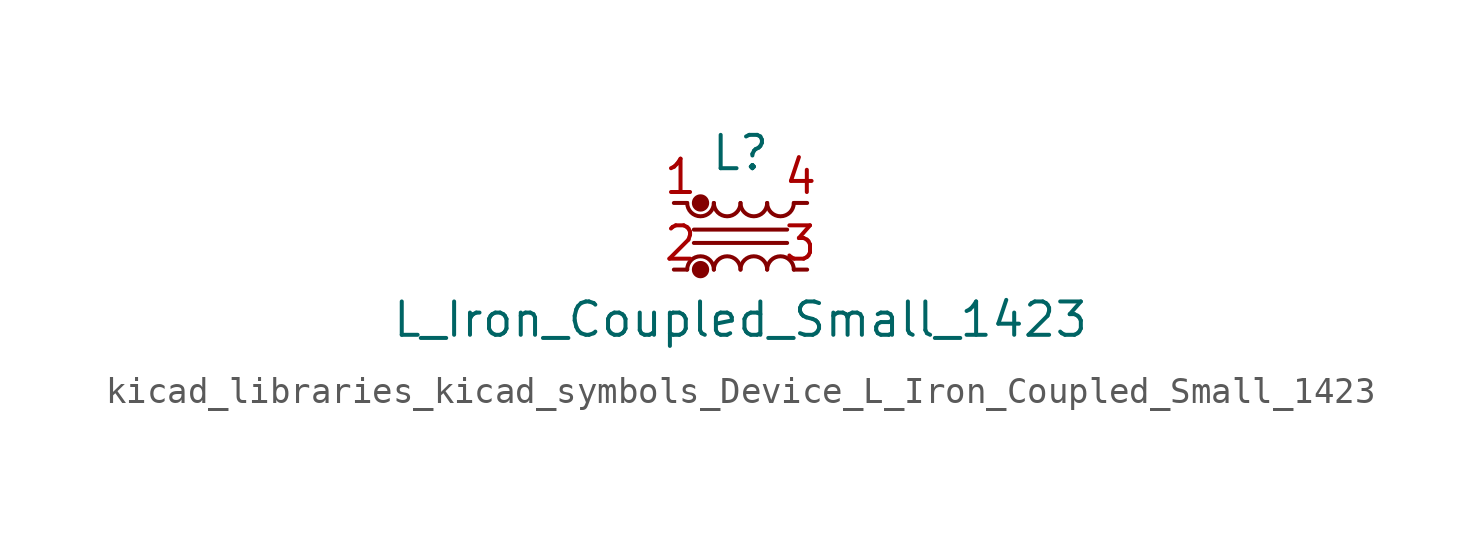
<source format=kicad_sym>
(kicad_symbol_lib
  (version 20220914)
  (generator kicad_symbol_editor)
  (symbol "kicad_libraries_kicad_symbols_Device_L_Iron_Coupled_Small_1423"
    (pin_names
      (offset 0.254) hide)
    (property "Reference" "L"
      (at 0 3.175 0)
      (effects (font (size 1.27 1.27))))
    (property "Value" "L_Iron_Coupled_Small_1423"
      (at 0 -3.175 0)
      (effects (font (size 1.27 1.27))))
    (symbol "kicad_libraries_kicad_symbols_Device_L_Iron_Coupled_Small_1423_0_1"
      (arc (start -2.032 1.27) (mid -1.524 0.7642) (end -1.016 1.27) (stroke (width 0) (type default)) (fill (type none)))
      (circle (center -1.524 -1.27) (radius 0.254) (stroke (width 0) (type default)) (fill (type outline)))
      (circle (center -1.524 1.27) (radius 0.254) (stroke (width 0) (type default)) (fill (type outline)))
      (arc (start -1.016 -1.27) (mid -1.524 -0.7642) (end -2.032 -1.27) (stroke (width 0) (type default)) (fill (type none)))
      (arc (start -1.016 1.27) (mid -0.508 0.7642) (end 0 1.27) (stroke (width 0) (type default)) (fill (type none)))
      (arc (start 0 -1.27) (mid -0.508 -0.7642) (end -1.016 -1.27) (stroke (width 0) (type default)) (fill (type none)))
      (polyline (pts (xy 1.778 -0.254) (xy -1.778 -0.254)) (stroke (width 0) (type default)) (fill (type none)))
      (polyline (pts (xy 1.778 0.254) (xy -1.778 0.254)) (stroke (width 0) (type default)) (fill (type none)))
      (arc (start 0 1.27) (mid 0.508 0.7642) (end 1.016 1.27) (stroke (width 0) (type default)) (fill (type none)))
      (arc (start 1.016 -1.27) (mid 0.508 -0.7642) (end 0 -1.27) (stroke (width 0) (type default)) (fill (type none)))
      (arc (start 1.016 1.27) (mid 1.524 0.7642) (end 2.032 1.27) (stroke (width 0) (type default)) (fill (type none)))
      (arc (start 2.032 -1.27) (mid 1.524 -0.7642) (end 1.016 -1.27) (stroke (width 0) (type default)) (fill (type none))))
    (symbol "kicad_libraries_kicad_symbols_Device_L_Iron_Coupled_Small_1423_1_1"
      (pin passive line (at -2.54 1.27 0) (length 0.508) (name "1" (effects (font (size 1.27 1.27)))) (number "1" (effects (font (size 1.27 1.27)))))
      (pin passive line (at -2.54 -1.27 0) (length 0.508) (name "2" (effects (font (size 1.27 1.27)))) (number "2" (effects (font (size 1.27 1.27)))))
      (pin passive line (at 2.54 -1.27 180) (length 0.508) (name "3" (effects (font (size 1.27 1.27)))) (number "3" (effects (font (size 1.27 1.27)))))
      (pin passive line (at 2.54 1.27 180) (length 0.508) (name "4" (effects (font (size 1.27 1.27)))) (number "4" (effects (font (size 1.27 1.27))))))))
</source>
